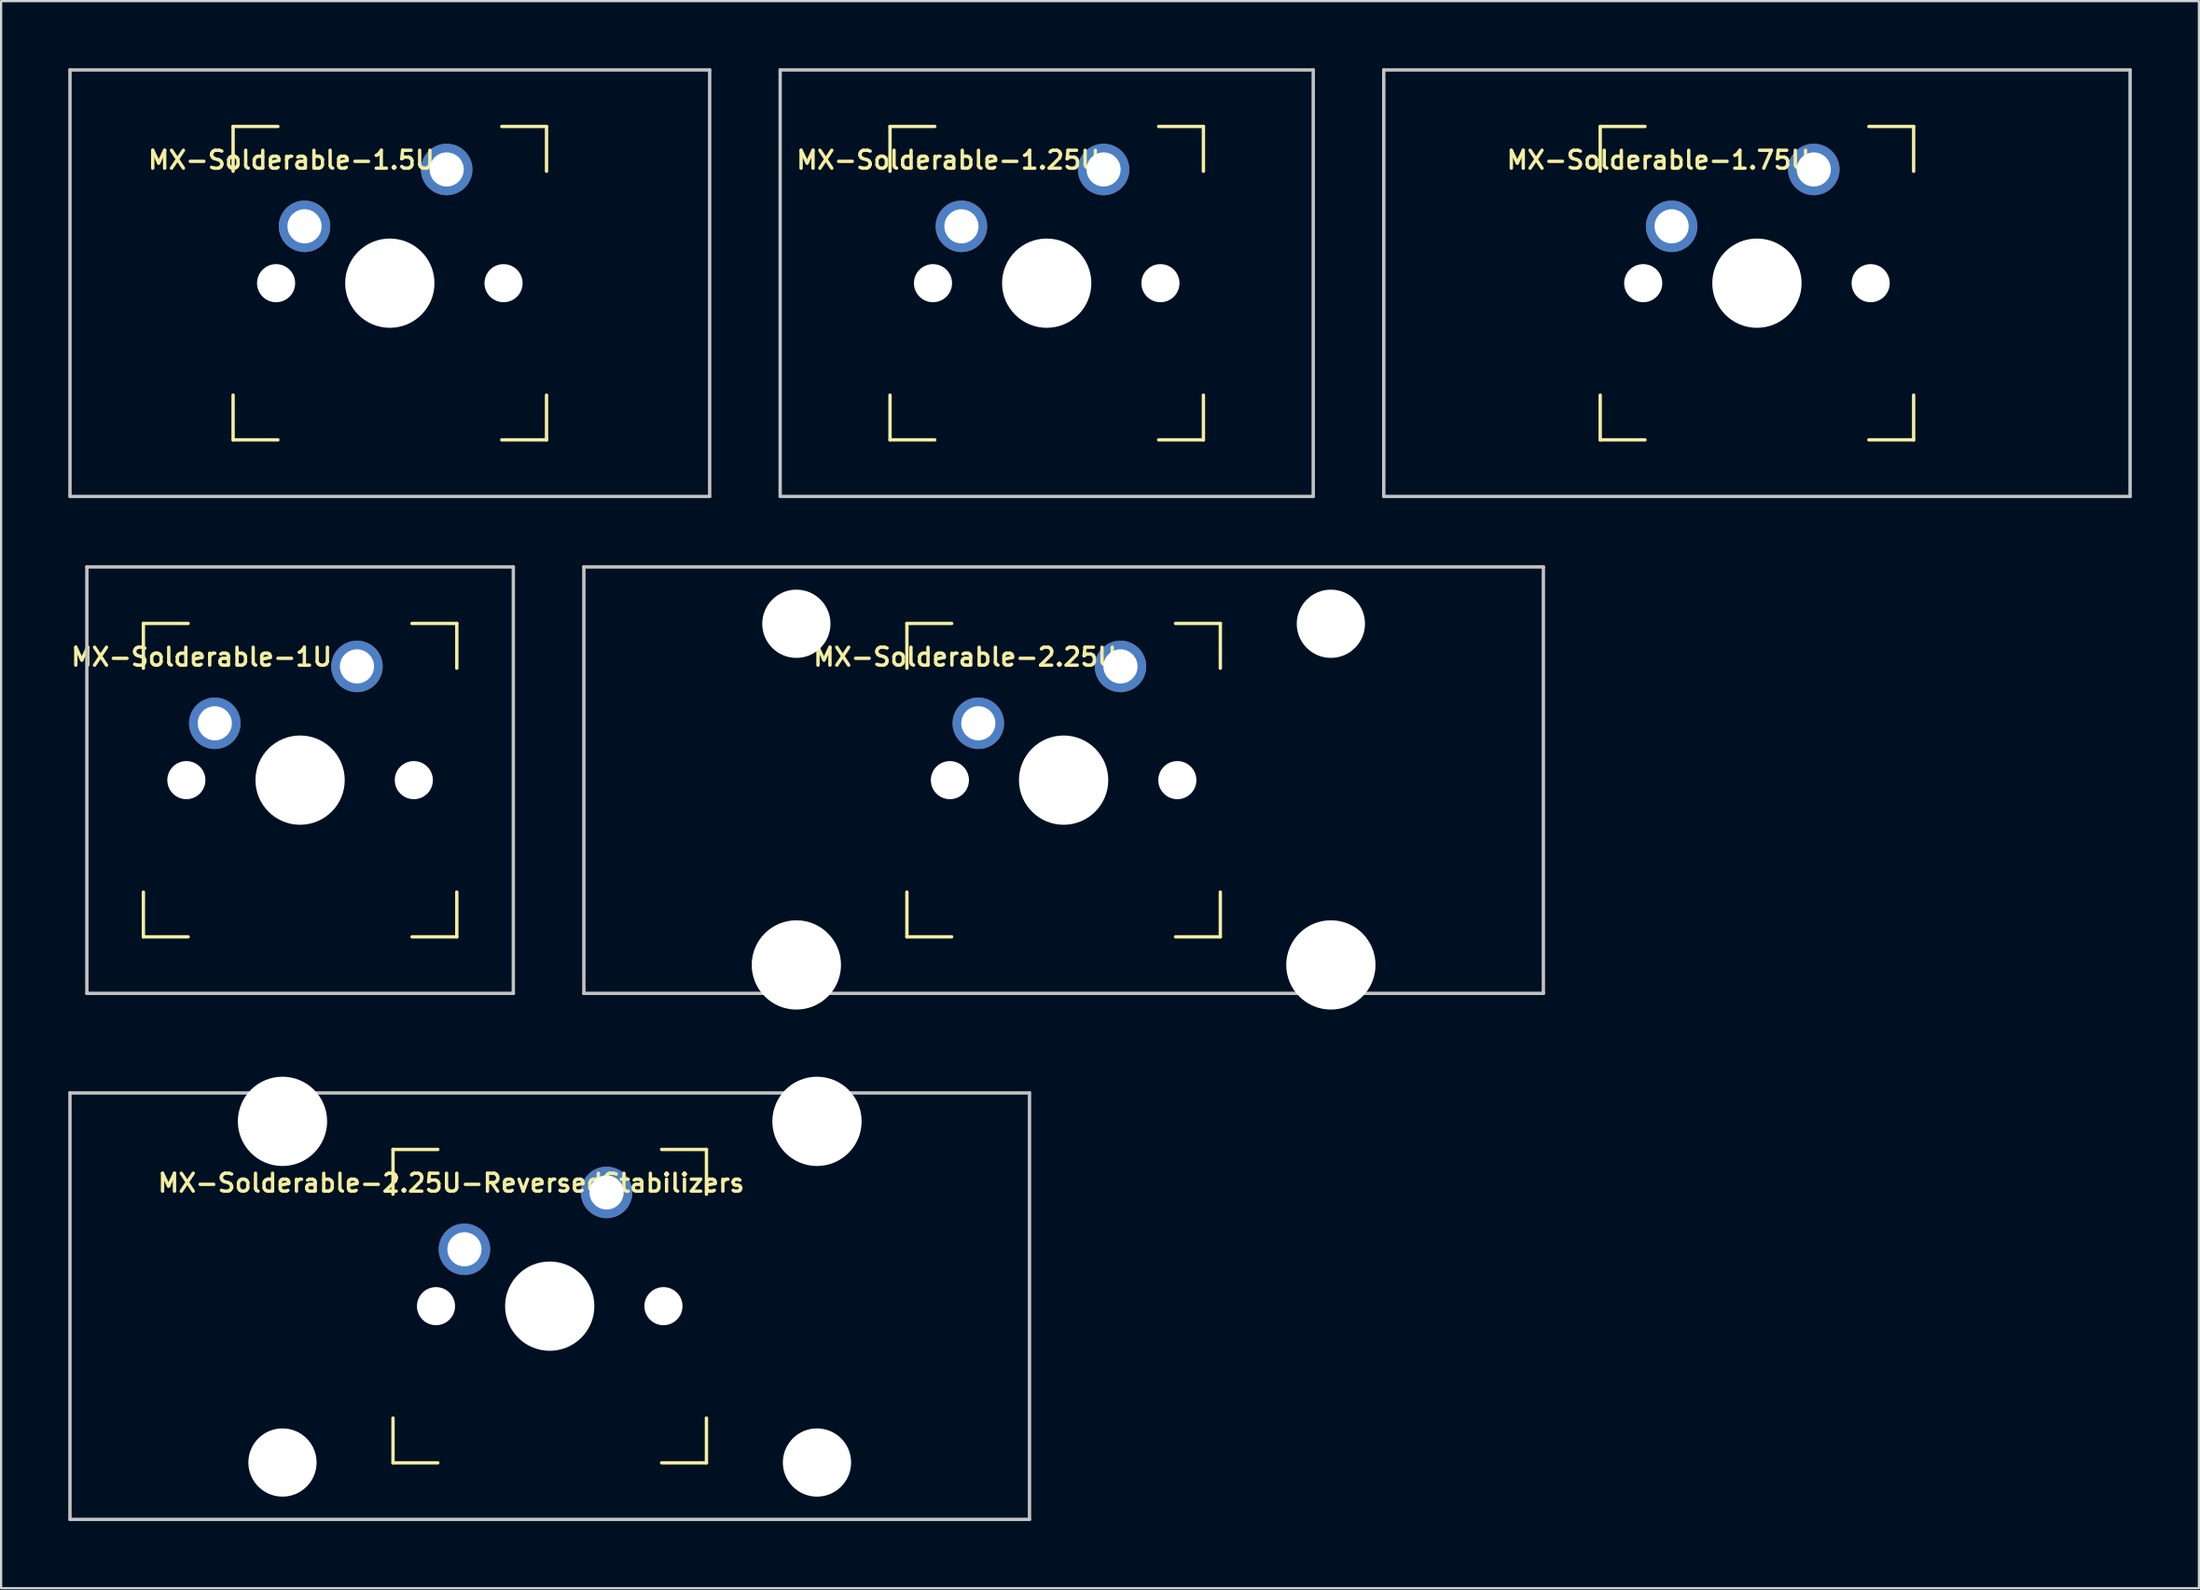
<source format=kicad_pcb>
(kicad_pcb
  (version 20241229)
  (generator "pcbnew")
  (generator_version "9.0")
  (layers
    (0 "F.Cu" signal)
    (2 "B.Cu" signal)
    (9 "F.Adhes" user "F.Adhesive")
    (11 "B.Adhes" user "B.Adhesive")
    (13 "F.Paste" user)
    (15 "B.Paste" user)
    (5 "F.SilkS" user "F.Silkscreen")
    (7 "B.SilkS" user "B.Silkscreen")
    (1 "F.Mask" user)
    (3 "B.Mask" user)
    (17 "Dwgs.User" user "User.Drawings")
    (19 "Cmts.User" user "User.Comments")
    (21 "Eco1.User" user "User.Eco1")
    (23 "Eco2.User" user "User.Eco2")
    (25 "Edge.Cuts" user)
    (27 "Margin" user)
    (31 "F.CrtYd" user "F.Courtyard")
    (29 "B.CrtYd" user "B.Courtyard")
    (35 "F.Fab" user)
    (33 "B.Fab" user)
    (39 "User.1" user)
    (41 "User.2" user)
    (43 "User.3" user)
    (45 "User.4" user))
  (footprint "MX-Solderable-2.25U"
    (layer "F.Cu")
    (at 44.461 31.8)
    (property "Reference" "MX-Solderable-2.25U" (at -4.4 -5.5 0) (layer "F.SilkS") (effects (font (size 0.8 0.8) (thickness 0.15))))
    (attr through_hole)
    (fp_line (start -7 -7) (end -7 -5) (stroke (width 0.15) (type solid)) (layer "F.SilkS"))
    (fp_line (start -7 5) (end -7 7) (stroke (width 0.15) (type solid)) (layer "F.SilkS"))
    (fp_line (start -7 7) (end -5 7) (stroke (width 0.15) (type solid)) (layer "F.SilkS"))
    (fp_line (start -5 -7) (end -7 -7) (stroke (width 0.15) (type solid)) (layer "F.SilkS"))
    (fp_line (start 5 -7) (end 7 -7) (stroke (width 0.15) (type solid)) (layer "F.SilkS"))
    (fp_line (start 5 7) (end 7 7) (stroke (width 0.15) (type solid)) (layer "F.SilkS"))
    (fp_line (start 7 -7) (end 7 -5) (stroke (width 0.15) (type solid)) (layer "F.SilkS"))
    (fp_line (start 7 7) (end 7 5) (stroke (width 0.15) (type solid)) (layer "F.SilkS"))
    (fp_line (start -21.431 9.525) (end -21.431 -9.525) (stroke (width 0.15) (type solid)) (layer "Dwgs.User"))
    (fp_line (start 21.431 -9.525) (end -21.431 -9.525) (stroke (width 0.15) (type solid)) (layer "Dwgs.User"))
    (fp_line (start 21.431 9.525) (end -21.431 9.525) (stroke (width 0.15) (type solid)) (layer "Dwgs.User"))
    (fp_line (start 21.431 9.525) (end 21.431 -9.525) (stroke (width 0.15) (type solid)) (layer "Dwgs.User"))
    (pad "" np_thru_hole circle (at -11.938 -6.985) (size 3.048 3.048) (drill 3.048) (layers "*.Cu" "*.Mask"))
    (pad "" np_thru_hole circle (at -11.938 8.255) (size 3.988 3.988) (drill 3.988) (layers "*.Cu" "*.Mask"))
    (pad "" np_thru_hole circle (at -5.08 0 48.099) (size 1.702 1.702) (drill 1.702) (layers "*.Cu" "*.Mask"))
    (pad "" np_thru_hole circle (at 0 0) (size 3.988 3.988) (drill 3.988) (layers "*.Cu" "*.Mask"))
    (pad "" np_thru_hole circle (at 5.08 0 48.099) (size 1.702 1.702) (drill 1.702) (layers "*.Cu" "*.Mask"))
    (pad "" np_thru_hole circle (at 11.938 -6.985) (size 3.048 3.048) (drill 3.048) (layers "*.Cu" "*.Mask"))
    (pad "" np_thru_hole circle (at 11.938 8.255) (size 3.988 3.988) (drill 3.988) (layers "*.Cu" "*.Mask"))
    (pad "1" thru_hole circle (at -3.81 -2.54) (size 2.3 2.3) (drill 1.524) (layers "*.Cu" "B.Mask"))
    (pad "2" thru_hole circle (at 2.54 -5.08) (size 2.3 2.3) (drill 1.524) (layers "*.Cu" "B.Mask")))
  (footprint "MX-Solderable-2.25U-ReversedStabilizers"
    (layer "F.Cu")
    (at 21.506 55.298)
    (property "Reference" "MX-Solderable-2.25U-ReversedStabilizers" (at -4.4 -5.5 0) (layer "F.SilkS") (effects (font (size 0.8 0.8) (thickness 0.15))))
    (attr through_hole)
    (fp_line (start -7 -7) (end -7 -5) (stroke (width 0.15) (type solid)) (layer "F.SilkS"))
    (fp_line (start -7 5) (end -7 7) (stroke (width 0.15) (type solid)) (layer "F.SilkS"))
    (fp_line (start -7 7) (end -5 7) (stroke (width 0.15) (type solid)) (layer "F.SilkS"))
    (fp_line (start -5 -7) (end -7 -7) (stroke (width 0.15) (type solid)) (layer "F.SilkS"))
    (fp_line (start 5 -7) (end 7 -7) (stroke (width 0.15) (type solid)) (layer "F.SilkS"))
    (fp_line (start 5 7) (end 7 7) (stroke (width 0.15) (type solid)) (layer "F.SilkS"))
    (fp_line (start 7 -7) (end 7 -5) (stroke (width 0.15) (type solid)) (layer "F.SilkS"))
    (fp_line (start 7 7) (end 7 5) (stroke (width 0.15) (type solid)) (layer "F.SilkS"))
    (fp_line (start -21.431 9.525) (end -21.431 -9.525) (stroke (width 0.15) (type solid)) (layer "Dwgs.User"))
    (fp_line (start 21.431 -9.525) (end -21.431 -9.525) (stroke (width 0.15) (type solid)) (layer "Dwgs.User"))
    (fp_line (start 21.431 9.525) (end -21.431 9.525) (stroke (width 0.15) (type solid)) (layer "Dwgs.User"))
    (fp_line (start 21.431 9.525) (end 21.431 -9.525) (stroke (width 0.15) (type solid)) (layer "Dwgs.User"))
    (pad "" np_thru_hole circle (at -11.938 -8.255) (size 3.988 3.988) (drill 3.988) (layers "*.Cu" "*.Mask"))
    (pad "" np_thru_hole circle (at -11.938 6.985) (size 3.048 3.048) (drill 3.048) (layers "*.Cu" "*.Mask"))
    (pad "" np_thru_hole circle (at -5.08 0 48.099) (size 1.702 1.702) (drill 1.702) (layers "*.Cu" "*.Mask"))
    (pad "" np_thru_hole circle (at 0 0) (size 3.988 3.988) (drill 3.988) (layers "*.Cu" "*.Mask"))
    (pad "" np_thru_hole circle (at 5.08 0 48.099) (size 1.702 1.702) (drill 1.702) (layers "*.Cu" "*.Mask"))
    (pad "" np_thru_hole circle (at 11.938 -8.255) (size 3.988 3.988) (drill 3.988) (layers "*.Cu" "*.Mask"))
    (pad "" np_thru_hole circle (at 11.938 6.985) (size 3.048 3.048) (drill 3.048) (layers "*.Cu" "*.Mask"))
    (pad "1" thru_hole circle (at -3.81 -2.54) (size 2.3 2.3) (drill 1.524) (layers "*.Cu" "B.Mask"))
    (pad "2" thru_hole circle (at 2.54 -5.08) (size 2.3 2.3) (drill 1.524) (layers "*.Cu" "B.Mask")))
  (footprint "MX-Solderable-1.5U"
    (layer "F.Cu")
    (at 14.363 9.6)
    (property "Reference" "MX-Solderable-1.5U" (at -4.4 -5.5 0) (layer "F.SilkS") (effects (font (size 0.8 0.8) (thickness 0.15))))
    (attr through_hole)
    (fp_line (start -7 -7) (end -7 -5) (stroke (width 0.15) (type solid)) (layer "F.SilkS"))
    (fp_line (start -7 5) (end -7 7) (stroke (width 0.15) (type solid)) (layer "F.SilkS"))
    (fp_line (start -7 7) (end -5 7) (stroke (width 0.15) (type solid)) (layer "F.SilkS"))
    (fp_line (start -5 -7) (end -7 -7) (stroke (width 0.15) (type solid)) (layer "F.SilkS"))
    (fp_line (start 5 -7) (end 7 -7) (stroke (width 0.15) (type solid)) (layer "F.SilkS"))
    (fp_line (start 5 7) (end 7 7) (stroke (width 0.15) (type solid)) (layer "F.SilkS"))
    (fp_line (start 7 -7) (end 7 -5) (stroke (width 0.15) (type solid)) (layer "F.SilkS"))
    (fp_line (start 7 7) (end 7 5) (stroke (width 0.15) (type solid)) (layer "F.SilkS"))
    (fp_line (start -14.287 9.525) (end -14.287 -9.525) (stroke (width 0.15) (type solid)) (layer "Dwgs.User"))
    (fp_line (start 14.287 -9.525) (end -14.287 -9.525) (stroke (width 0.15) (type solid)) (layer "Dwgs.User"))
    (fp_line (start 14.287 9.525) (end -14.287 9.525) (stroke (width 0.15) (type solid)) (layer "Dwgs.User"))
    (fp_line (start 14.287 9.525) (end 14.287 -9.525) (stroke (width 0.15) (type solid)) (layer "Dwgs.User"))
    (pad "" np_thru_hole circle (at -5.08 0 48.099) (size 1.702 1.702) (drill 1.702) (layers "*.Cu" "*.Mask"))
    (pad "" np_thru_hole circle (at 0 0) (size 3.988 3.988) (drill 3.988) (layers "*.Cu" "*.Mask"))
    (pad "" np_thru_hole circle (at 5.08 0 48.099) (size 1.702 1.702) (drill 1.702) (layers "*.Cu" "*.Mask"))
    (pad "1" thru_hole circle (at -3.81 -2.54) (size 2.3 2.3) (drill 1.524) (layers "*.Cu" "B.Mask"))
    (pad "2" thru_hole circle (at 2.54 -5.08) (size 2.3 2.3) (drill 1.524) (layers "*.Cu" "B.Mask")))
  (footprint "MX-Solderable-1.75U"
    (layer "F.Cu")
    (at 75.431 9.6)
    (property "Reference" "MX-Solderable-1.75U" (at -4.4 -5.5 0) (layer "F.SilkS") (effects (font (size 0.8 0.8) (thickness 0.15))))
    (attr through_hole)
    (fp_line (start -7 -7) (end -7 -5) (stroke (width 0.15) (type solid)) (layer "F.SilkS"))
    (fp_line (start -7 5) (end -7 7) (stroke (width 0.15) (type solid)) (layer "F.SilkS"))
    (fp_line (start -7 7) (end -5 7) (stroke (width 0.15) (type solid)) (layer "F.SilkS"))
    (fp_line (start -5 -7) (end -7 -7) (stroke (width 0.15) (type solid)) (layer "F.SilkS"))
    (fp_line (start 5 -7) (end 7 -7) (stroke (width 0.15) (type solid)) (layer "F.SilkS"))
    (fp_line (start 5 7) (end 7 7) (stroke (width 0.15) (type solid)) (layer "F.SilkS"))
    (fp_line (start 7 -7) (end 7 -5) (stroke (width 0.15) (type solid)) (layer "F.SilkS"))
    (fp_line (start 7 7) (end 7 5) (stroke (width 0.15) (type solid)) (layer "F.SilkS"))
    (fp_line (start -16.669 9.525) (end -16.669 -9.525) (stroke (width 0.15) (type solid)) (layer "Dwgs.User"))
    (fp_line (start 16.669 -9.525) (end -16.669 -9.525) (stroke (width 0.15) (type solid)) (layer "Dwgs.User"))
    (fp_line (start 16.669 9.525) (end -16.669 9.525) (stroke (width 0.15) (type solid)) (layer "Dwgs.User"))
    (fp_line (start 16.669 9.525) (end 16.669 -9.525) (stroke (width 0.15) (type solid)) (layer "Dwgs.User"))
    (pad "" np_thru_hole circle (at -5.08 0 48.099) (size 1.702 1.702) (drill 1.702) (layers "*.Cu" "*.Mask"))
    (pad "" np_thru_hole circle (at 0 0) (size 3.988 3.988) (drill 3.988) (layers "*.Cu" "*.Mask"))
    (pad "" np_thru_hole circle (at 5.08 0 48.099) (size 1.702 1.702) (drill 1.702) (layers "*.Cu" "*.Mask"))
    (pad "1" thru_hole circle (at -3.81 -2.54) (size 2.3 2.3) (drill 1.524) (layers "*.Cu" "B.Mask"))
    (pad "2" thru_hole circle (at 2.54 -5.08) (size 2.3 2.3) (drill 1.524) (layers "*.Cu" "B.Mask")))
  (footprint "MX-Solderable-1.25U"
    (layer "F.Cu")
    (at 43.706 9.6)
    (property "Reference" "MX-Solderable-1.25U" (at -4.4 -5.5 0) (layer "F.SilkS") (effects (font (size 0.8 0.8) (thickness 0.15))))
    (attr through_hole)
    (fp_line (start -7 -7) (end -7 -5) (stroke (width 0.15) (type solid)) (layer "F.SilkS"))
    (fp_line (start -7 5) (end -7 7) (stroke (width 0.15) (type solid)) (layer "F.SilkS"))
    (fp_line (start -7 7) (end -5 7) (stroke (width 0.15) (type solid)) (layer "F.SilkS"))
    (fp_line (start -5 -7) (end -7 -7) (stroke (width 0.15) (type solid)) (layer "F.SilkS"))
    (fp_line (start 5 -7) (end 7 -7) (stroke (width 0.15) (type solid)) (layer "F.SilkS"))
    (fp_line (start 5 7) (end 7 7) (stroke (width 0.15) (type solid)) (layer "F.SilkS"))
    (fp_line (start 7 -7) (end 7 -5) (stroke (width 0.15) (type solid)) (layer "F.SilkS"))
    (fp_line (start 7 7) (end 7 5) (stroke (width 0.15) (type solid)) (layer "F.SilkS"))
    (fp_line (start -11.906 9.525) (end -11.906 -9.525) (stroke (width 0.15) (type solid)) (layer "Dwgs.User"))
    (fp_line (start 11.906 -9.525) (end -11.906 -9.525) (stroke (width 0.15) (type solid)) (layer "Dwgs.User"))
    (fp_line (start 11.906 9.525) (end -11.906 9.525) (stroke (width 0.15) (type solid)) (layer "Dwgs.User"))
    (fp_line (start 11.906 9.525) (end 11.906 -9.525) (stroke (width 0.15) (type solid)) (layer "Dwgs.User"))
    (pad "" np_thru_hole circle (at -5.08 0 48.099) (size 1.702 1.702) (drill 1.702) (layers "*.Cu" "*.Mask"))
    (pad "" np_thru_hole circle (at 0 0) (size 3.988 3.988) (drill 3.988) (layers "*.Cu" "*.Mask"))
    (pad "" np_thru_hole circle (at 5.08 0 48.099) (size 1.702 1.702) (drill 1.702) (layers "*.Cu" "*.Mask"))
    (pad "1" thru_hole circle (at -3.81 -2.54) (size 2.3 2.3) (drill 1.524) (layers "*.Cu" "B.Mask"))
    (pad "2" thru_hole circle (at 2.54 -5.08) (size 2.3 2.3) (drill 1.524) (layers "*.Cu" "B.Mask")))
  (footprint "MX-Solderable-1U"
    (layer "F.Cu")
    (at 10.355 31.8)
    (property "Reference" "MX-Solderable-1U" (at -4.4 -5.5 0) (layer "F.SilkS") (effects (font (size 0.8 0.8) (thickness 0.15))))
    (attr through_hole)
    (fp_line (start -7 -7) (end -7 -5) (stroke (width 0.15) (type solid)) (layer "F.SilkS"))
    (fp_line (start -7 5) (end -7 7) (stroke (width 0.15) (type solid)) (layer "F.SilkS"))
    (fp_line (start -7 7) (end -5 7) (stroke (width 0.15) (type solid)) (layer "F.SilkS"))
    (fp_line (start -5 -7) (end -7 -7) (stroke (width 0.15) (type solid)) (layer "F.SilkS"))
    (fp_line (start 5 -7) (end 7 -7) (stroke (width 0.15) (type solid)) (layer "F.SilkS"))
    (fp_line (start 5 7) (end 7 7) (stroke (width 0.15) (type solid)) (layer "F.SilkS"))
    (fp_line (start 7 -7) (end 7 -5) (stroke (width 0.15) (type solid)) (layer "F.SilkS"))
    (fp_line (start 7 7) (end 7 5) (stroke (width 0.15) (type solid)) (layer "F.SilkS"))
    (fp_line (start -9.525 9.525) (end -9.525 -9.525) (stroke (width 0.15) (type solid)) (layer "Dwgs.User"))
    (fp_line (start 9.525 -9.525) (end -9.525 -9.525) (stroke (width 0.15) (type solid)) (layer "Dwgs.User"))
    (fp_line (start 9.525 9.525) (end -9.525 9.525) (stroke (width 0.15) (type solid)) (layer "Dwgs.User"))
    (fp_line (start 9.525 9.525) (end 9.525 -9.525) (stroke (width 0.15) (type solid)) (layer "Dwgs.User"))
    (pad "" np_thru_hole circle (at -5.08 0 48.099) (size 1.702 1.702) (drill 1.702) (layers "*.Cu" "*.Mask"))
    (pad "" np_thru_hole circle (at 0 0) (size 3.988 3.988) (drill 3.988) (layers "*.Cu" "*.Mask"))
    (pad "" np_thru_hole circle (at 5.08 0 48.099) (size 1.702 1.702) (drill 1.702) (layers "*.Cu" "*.Mask"))
    (pad "1" thru_hole circle (at -3.81 -2.54) (size 2.3 2.3) (drill 1.524) (layers "*.Cu" "B.Mask"))
    (pad "2" thru_hole circle (at 2.54 -5.08) (size 2.3 2.3) (drill 1.524) (layers "*.Cu" "B.Mask")))
  (gr_rect
    (start -3 -3)
    (end 95.175 67.898)
    (stroke (width 0.1) (type default))
    (fill no)
    (layer "Edge.Cuts")))
</source>
